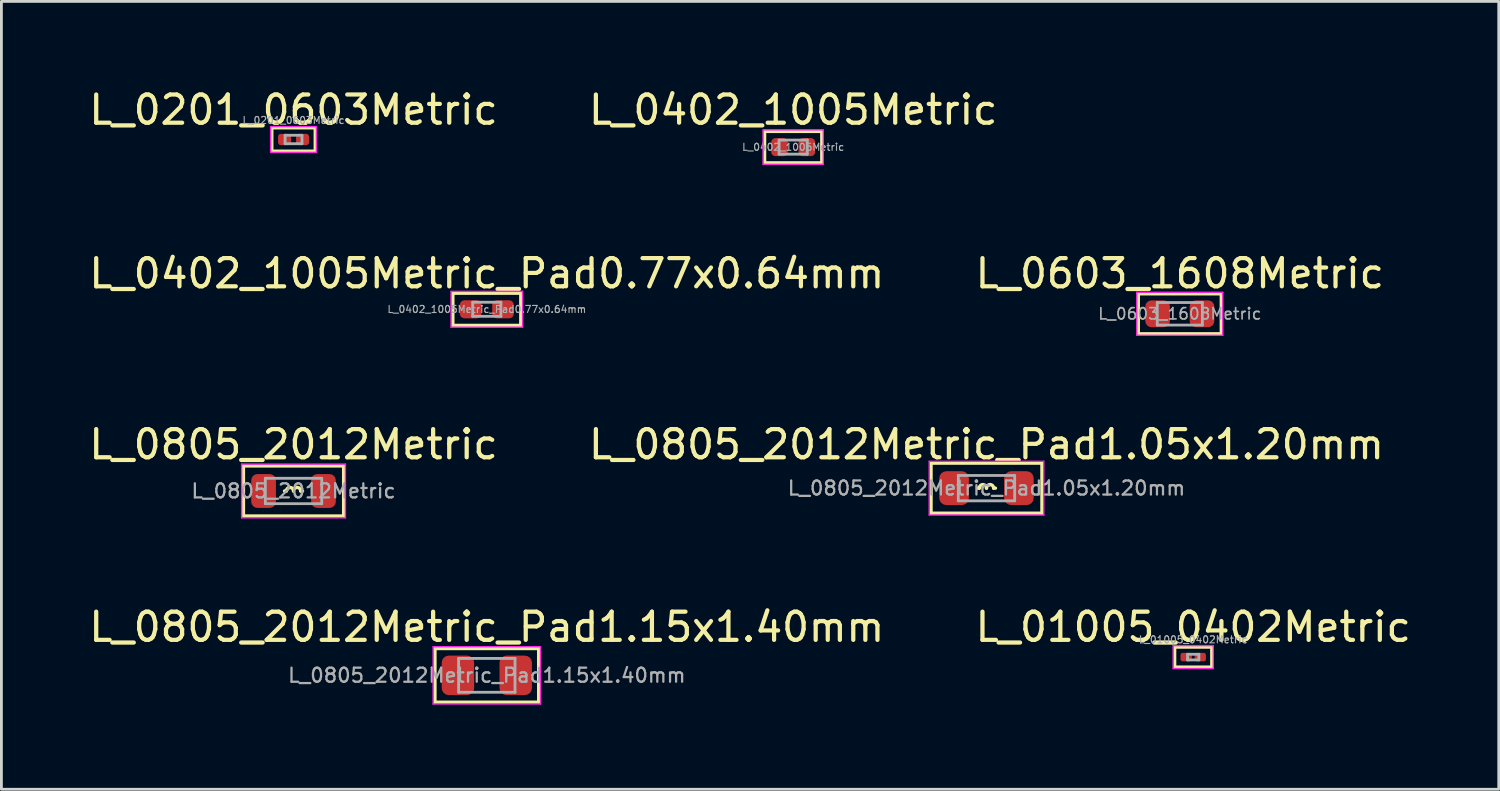
<source format=kicad_pcb>
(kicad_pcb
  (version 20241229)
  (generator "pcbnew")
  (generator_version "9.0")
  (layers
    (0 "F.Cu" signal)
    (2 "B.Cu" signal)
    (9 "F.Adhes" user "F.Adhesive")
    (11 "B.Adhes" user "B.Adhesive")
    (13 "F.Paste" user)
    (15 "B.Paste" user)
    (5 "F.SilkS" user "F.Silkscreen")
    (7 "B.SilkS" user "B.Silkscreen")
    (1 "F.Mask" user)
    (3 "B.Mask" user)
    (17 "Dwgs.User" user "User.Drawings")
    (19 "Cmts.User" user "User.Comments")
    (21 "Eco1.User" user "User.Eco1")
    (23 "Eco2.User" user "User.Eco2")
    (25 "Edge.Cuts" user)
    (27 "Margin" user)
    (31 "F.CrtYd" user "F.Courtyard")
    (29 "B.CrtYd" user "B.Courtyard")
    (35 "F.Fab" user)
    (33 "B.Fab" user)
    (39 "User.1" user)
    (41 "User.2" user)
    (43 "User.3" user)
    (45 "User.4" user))
  (footprint "L_0402_1005Metric"
    (layer "F.Cu")
    (at 25.089 2.169)
    (property "Reference" "L_0402_1005Metric" (at 0 -1.321 0) (layer "F.SilkS") (effects (font (size 1 1) (thickness 0.15))))
    (attr smd)
    (fp_line (start -1.016 -0.559) (end 1.016 -0.559) (stroke (width 0.12) (type solid)) (layer "F.SilkS"))
    (fp_line (start -1.016 0.559) (end -1.016 -0.559) (stroke (width 0.12) (type solid)) (layer "F.SilkS"))
    (fp_line (start 1.016 -0.559) (end 1.016 0.559) (stroke (width 0.12) (type solid)) (layer "F.SilkS"))
    (fp_line (start 1.016 0.559) (end -1.016 0.559) (stroke (width 0.12) (type solid)) (layer "F.SilkS"))
    (fp_line (start -1.067 -0.61) (end 1.067 -0.61) (stroke (width 0.05) (type solid)) (layer "F.CrtYd"))
    (fp_line (start -1.067 0.61) (end -1.067 -0.61) (stroke (width 0.05) (type solid)) (layer "F.CrtYd"))
    (fp_line (start 1.067 -0.61) (end 1.067 0.61) (stroke (width 0.05) (type solid)) (layer "F.CrtYd"))
    (fp_line (start 1.067 0.61) (end -1.067 0.61) (stroke (width 0.05) (type solid)) (layer "F.CrtYd"))
    (fp_line (start -0.5 -0.25) (end 0.5 -0.25) (stroke (width 0.1) (type solid)) (layer "F.Fab"))
    (fp_line (start -0.5 0.25) (end -0.5 -0.25) (stroke (width 0.1) (type solid)) (layer "F.Fab"))
    (fp_line (start 0.5 -0.25) (end 0.5 0.25) (stroke (width 0.1) (type solid)) (layer "F.Fab"))
    (fp_line (start 0.5 0.25) (end -0.5 0.25) (stroke (width 0.1) (type solid)) (layer "F.Fab"))
    (fp_text user "${REFERENCE}" (at 0 0 0) (layer "F.Fab") (effects (font (size 0.25 0.25) (thickness 0.04))))
    (pad "1" smd roundrect (at -0.485 0) (size 0.59 0.64) (layers "F.Cu" "F.Mask" "F.Paste") (roundrect_rratio 0.25))
    (pad "2" smd roundrect (at 0.485 0) (size 0.59 0.64) (layers "F.Cu" "F.Mask" "F.Paste") (roundrect_rratio 0.25)))
  (footprint "L_0805_2012Metric_Pad1.05x1.20mm"
    (layer "F.Cu")
    (at 31.946 14.267)
    (property "Reference" "L_0805_2012Metric_Pad1.05x1.20mm" (at 0 -1.55 0) (layer "F.SilkS") (effects (font (size 1 1) (thickness 0.15))))
    (attr smd)
    (fp_line (start -1.968 -0.889) (end 1.968 -0.889) (stroke (width 0.12) (type solid)) (layer "F.SilkS"))
    (fp_line (start -1.968 0.889) (end -1.968 -0.889) (stroke (width 0.12) (type solid)) (layer "F.SilkS"))
    (fp_line (start -0.254 0) (end -0.318 0) (stroke (width 0.12) (type solid)) (layer "F.SilkS"))
    (fp_line (start 0.254 0) (end 0.318 0) (stroke (width 0.12) (type solid)) (layer "F.SilkS"))
    (fp_line (start 1.968 -0.889) (end 1.968 0.889) (stroke (width 0.12) (type solid)) (layer "F.SilkS"))
    (fp_line (start 1.968 0.889) (end -1.968 0.889) (stroke (width 0.12) (type solid)) (layer "F.SilkS"))
    (fp_arc (start -0.254 0) (mid -0.127 -0.127) (end 0 0) (stroke (width 0.12) (type solid)) (layer "F.SilkS"))
    (fp_arc (start 0 0) (mid 0.127 -0.127) (end 0.254 0) (stroke (width 0.12) (type solid)) (layer "F.SilkS"))
    (fp_line (start -2.032 -0.953) (end 2.032 -0.953) (stroke (width 0.05) (type solid)) (layer "F.CrtYd"))
    (fp_line (start -2.032 0.953) (end -2.032 -0.953) (stroke (width 0.05) (type solid)) (layer "F.CrtYd"))
    (fp_line (start 2.032 -0.953) (end 2.032 0.953) (stroke (width 0.05) (type solid)) (layer "F.CrtYd"))
    (fp_line (start 2.032 0.953) (end -2.032 0.953) (stroke (width 0.05) (type solid)) (layer "F.CrtYd"))
    (fp_line (start -1 -0.45) (end 1 -0.45) (stroke (width 0.1) (type solid)) (layer "F.Fab"))
    (fp_line (start -1 0.45) (end -1 -0.45) (stroke (width 0.1) (type solid)) (layer "F.Fab"))
    (fp_line (start 1 -0.45) (end 1 0.45) (stroke (width 0.1) (type solid)) (layer "F.Fab"))
    (fp_line (start 1 0.45) (end -1 0.45) (stroke (width 0.1) (type solid)) (layer "F.Fab"))
    (fp_text user "${REFERENCE}" (at 0 0 0) (layer "F.Fab") (effects (font (size 0.5 0.5) (thickness 0.08))))
    (pad "1" smd roundrect (at -1.15 0) (size 1.05 1.2) (layers "F.Cu" "F.Mask" "F.Paste") (roundrect_rratio 0.238))
    (pad "2" smd roundrect (at 1.15 0) (size 1.05 1.2) (layers "F.Cu" "F.Mask" "F.Paste") (roundrect_rratio 0.238)))
  (footprint "L_0603_1608Metric"
    (layer "F.Cu")
    (at 38.804 8.082)
    (property "Reference" "L_0603_1608Metric" (at 0 -1.43 0) (layer "F.SilkS") (effects (font (size 1 1) (thickness 0.15))))
    (attr smd)
    (fp_line (start -1.473 -0.711) (end 1.473 -0.711) (stroke (width 0.12) (type solid)) (layer "F.SilkS"))
    (fp_line (start -1.473 0.711) (end -1.473 -0.711) (stroke (width 0.12) (type solid)) (layer "F.SilkS"))
    (fp_line (start 1.473 -0.711) (end 1.473 0.711) (stroke (width 0.12) (type solid)) (layer "F.SilkS"))
    (fp_line (start 1.473 0.711) (end -1.473 0.711) (stroke (width 0.12) (type solid)) (layer "F.SilkS"))
    (fp_line (start -1.524 -0.762) (end 1.524 -0.762) (stroke (width 0.05) (type solid)) (layer "F.CrtYd"))
    (fp_line (start -1.524 0.762) (end -1.524 -0.762) (stroke (width 0.05) (type solid)) (layer "F.CrtYd"))
    (fp_line (start 1.524 -0.762) (end 1.524 0.762) (stroke (width 0.05) (type solid)) (layer "F.CrtYd"))
    (fp_line (start 1.524 0.762) (end -1.524 0.762) (stroke (width 0.05) (type solid)) (layer "F.CrtYd"))
    (fp_line (start -0.8 -0.4) (end 0.8 -0.4) (stroke (width 0.1) (type solid)) (layer "F.Fab"))
    (fp_line (start -0.8 0.4) (end -0.8 -0.4) (stroke (width 0.1) (type solid)) (layer "F.Fab"))
    (fp_line (start 0.8 -0.4) (end 0.8 0.4) (stroke (width 0.1) (type solid)) (layer "F.Fab"))
    (fp_line (start 0.8 0.4) (end -0.8 0.4) (stroke (width 0.1) (type solid)) (layer "F.Fab"))
    (fp_text user "${REFERENCE}" (at 0 0 0) (layer "F.Fab") (effects (font (size 0.4 0.4) (thickness 0.06))))
    (pad "1" smd roundrect (at -0.787 0) (size 0.875 0.95) (layers "F.Cu" "F.Mask" "F.Paste") (roundrect_rratio 0.25))
    (pad "2" smd roundrect (at 0.787 0) (size 0.875 0.95) (layers "F.Cu" "F.Mask" "F.Paste") (roundrect_rratio 0.25)))
  (footprint "L_0805_2012Metric_Pad1.15x1.40mm"
    (layer "F.Cu")
    (at 14.22 20.908)
    (property "Reference" "L_0805_2012Metric_Pad1.15x1.40mm" (at 0 -1.714 0) (layer "F.SilkS") (effects (font (size 1 1) (thickness 0.15))))
    (attr smd)
    (fp_line (start -1.841 -0.953) (end 1.841 -0.953) (stroke (width 0.12) (type solid)) (layer "F.SilkS"))
    (fp_line (start -1.841 0.953) (end -1.841 -0.953) (stroke (width 0.12) (type solid)) (layer "F.SilkS"))
    (fp_line (start 1.841 -0.953) (end 1.841 0.953) (stroke (width 0.12) (type solid)) (layer "F.SilkS"))
    (fp_line (start 1.841 0.953) (end -1.841 0.953) (stroke (width 0.12) (type solid)) (layer "F.SilkS"))
    (fp_line (start -1.905 -1.016) (end 1.905 -1.016) (stroke (width 0.05) (type solid)) (layer "F.CrtYd"))
    (fp_line (start -1.905 1.016) (end -1.905 -1.016) (stroke (width 0.05) (type solid)) (layer "F.CrtYd"))
    (fp_line (start 1.905 -1.016) (end 1.905 1.016) (stroke (width 0.05) (type solid)) (layer "F.CrtYd"))
    (fp_line (start 1.905 1.016) (end -1.905 1.016) (stroke (width 0.05) (type solid)) (layer "F.CrtYd"))
    (fp_line (start -1 -0.6) (end 1 -0.6) (stroke (width 0.1) (type solid)) (layer "F.Fab"))
    (fp_line (start -1 0.6) (end -1 -0.6) (stroke (width 0.1) (type solid)) (layer "F.Fab"))
    (fp_line (start 1 -0.6) (end 1 0.6) (stroke (width 0.1) (type solid)) (layer "F.Fab"))
    (fp_line (start 1 0.6) (end -1 0.6) (stroke (width 0.1) (type solid)) (layer "F.Fab"))
    (fp_text user "${REFERENCE}" (at 0 0 0) (layer "F.Fab") (effects (font (size 0.5 0.5) (thickness 0.08))))
    (pad "1" smd roundrect (at -1.025 0) (size 1.15 1.4) (layers "F.Cu" "F.Mask" "F.Paste") (roundrect_rratio 0.217))
    (pad "2" smd roundrect (at 1.025 0) (size 1.15 1.4) (layers "F.Cu" "F.Mask" "F.Paste") (roundrect_rratio 0.217)))
  (footprint "L_01005_0402Metric"
    (layer "F.Cu")
    (at 39.28 20.261)
    (property "Reference" "L_01005_0402Metric" (at 0 -1.067 0) (layer "F.SilkS") (effects (font (size 1 1) (thickness 0.15))))
    (attr smd)
    (fp_line (start -0.66 -0.356) (end 0.66 -0.356) (stroke (width 0.12) (type solid)) (layer "F.SilkS"))
    (fp_line (start -0.66 0.356) (end -0.66 -0.356) (stroke (width 0.12) (type solid)) (layer "F.SilkS"))
    (fp_line (start 0.66 -0.356) (end 0.66 0.356) (stroke (width 0.12) (type solid)) (layer "F.SilkS"))
    (fp_line (start 0.66 0.356) (end -0.66 0.356) (stroke (width 0.12) (type solid)) (layer "F.SilkS"))
    (fp_line (start -0.711 -0.406) (end 0.711 -0.406) (stroke (width 0.05) (type solid)) (layer "F.CrtYd"))
    (fp_line (start -0.711 0.406) (end -0.711 -0.406) (stroke (width 0.05) (type solid)) (layer "F.CrtYd"))
    (fp_line (start 0.711 -0.406) (end 0.711 0.406) (stroke (width 0.05) (type solid)) (layer "F.CrtYd"))
    (fp_line (start 0.711 0.406) (end -0.711 0.406) (stroke (width 0.05) (type solid)) (layer "F.CrtYd"))
    (fp_line (start -0.2 -0.1) (end 0.2 -0.1) (stroke (width 0.1) (type solid)) (layer "F.Fab"))
    (fp_line (start -0.2 0.1) (end -0.2 -0.1) (stroke (width 0.1) (type solid)) (layer "F.Fab"))
    (fp_line (start 0.2 -0.1) (end 0.2 0.1) (stroke (width 0.1) (type solid)) (layer "F.Fab"))
    (fp_line (start 0.2 0.1) (end -0.2 0.1) (stroke (width 0.1) (type solid)) (layer "F.Fab"))
    (fp_text user "${REFERENCE}" (at 0 -0.62 0) (layer "F.Fab") (effects (font (size 0.25 0.25) (thickness 0.04))))
    (pad "" smd roundrect (at -0.275 0) (size 0.27 0.27) (layers "F.Paste") (roundrect_rratio 0.25))
    (pad "" smd roundrect (at 0.275 0) (size 0.27 0.27) (layers "F.Paste") (roundrect_rratio 0.25))
    (pad "1" smd roundrect (at -0.25 0) (size 0.4 0.3) (layers "F.Cu" "F.Mask") (roundrect_rratio 0.25))
    (pad "2" smd roundrect (at 0.25 0) (size 0.4 0.3) (layers "F.Cu" "F.Mask") (roundrect_rratio 0.25)))
  (footprint "L_0402_1005Metric_Pad0.77x0.64mm"
    (layer "F.Cu")
    (at 14.22 7.922)
    (property "Reference" "L_0402_1005Metric_Pad0.77x0.64mm" (at 0 -1.27 0) (layer "F.SilkS") (effects (font (size 1 1) (thickness 0.15))))
    (attr smd)
    (fp_line (start -1.206 -0.572) (end 1.206 -0.572) (stroke (width 0.12) (type solid)) (layer "F.SilkS"))
    (fp_line (start -1.206 0.572) (end -1.206 -0.572) (stroke (width 0.12) (type solid)) (layer "F.SilkS"))
    (fp_line (start 1.206 -0.572) (end 1.206 0.572) (stroke (width 0.12) (type solid)) (layer "F.SilkS"))
    (fp_line (start 1.206 0.572) (end -1.206 0.572) (stroke (width 0.12) (type solid)) (layer "F.SilkS"))
    (fp_line (start -1.27 -0.635) (end 1.27 -0.635) (stroke (width 0.05) (type solid)) (layer "F.CrtYd"))
    (fp_line (start -1.27 0.635) (end -1.27 -0.635) (stroke (width 0.05) (type solid)) (layer "F.CrtYd"))
    (fp_line (start 1.27 -0.635) (end 1.27 0.635) (stroke (width 0.05) (type solid)) (layer "F.CrtYd"))
    (fp_line (start 1.27 0.635) (end -1.27 0.635) (stroke (width 0.05) (type solid)) (layer "F.CrtYd"))
    (fp_line (start -0.5 -0.25) (end 0.5 -0.25) (stroke (width 0.1) (type solid)) (layer "F.Fab"))
    (fp_line (start -0.5 0.25) (end -0.5 -0.25) (stroke (width 0.1) (type solid)) (layer "F.Fab"))
    (fp_line (start 0.5 -0.25) (end 0.5 0.25) (stroke (width 0.1) (type solid)) (layer "F.Fab"))
    (fp_line (start 0.5 0.25) (end -0.5 0.25) (stroke (width 0.1) (type solid)) (layer "F.Fab"))
    (fp_text user "${REFERENCE}" (at 0 0 0) (layer "F.Fab") (effects (font (size 0.25 0.25) (thickness 0.04))))
    (pad "1" smd roundrect (at -0.573 0) (size 0.765 0.64) (layers "F.Cu" "F.Mask" "F.Paste") (roundrect_rratio 0.25))
    (pad "2" smd roundrect (at 0.573 0) (size 0.765 0.64) (layers "F.Cu" "F.Mask" "F.Paste") (roundrect_rratio 0.25)))
  (footprint "L_0805_2012Metric"
    (layer "F.Cu")
    (at 7.363 14.368)
    (property "Reference" "L_0805_2012Metric" (at 0 -1.651 0) (layer "F.SilkS") (effects (font (size 1 1) (thickness 0.15))))
    (attr smd)
    (fp_line (start -1.778 -0.889) (end 1.778 -0.889) (stroke (width 0.12) (type solid)) (layer "F.SilkS"))
    (fp_line (start -1.778 0.889) (end -1.778 -0.889) (stroke (width 0.12) (type solid)) (layer "F.SilkS"))
    (fp_line (start -0.254 0) (end -0.318 0) (stroke (width 0.12) (type solid)) (layer "F.SilkS"))
    (fp_line (start 0.254 0) (end 0.318 0) (stroke (width 0.12) (type solid)) (layer "F.SilkS"))
    (fp_line (start 1.778 -0.889) (end 1.778 0.889) (stroke (width 0.12) (type solid)) (layer "F.SilkS"))
    (fp_line (start 1.778 0.889) (end -1.778 0.889) (stroke (width 0.12) (type solid)) (layer "F.SilkS"))
    (fp_arc (start -0.254 0) (mid -0.127 -0.127) (end 0 0) (stroke (width 0.12) (type solid)) (layer "F.SilkS"))
    (fp_arc (start 0 0) (mid 0.127 -0.127) (end 0.254 0) (stroke (width 0.12) (type solid)) (layer "F.SilkS"))
    (fp_line (start -1.841 -0.953) (end 1.841 -0.953) (stroke (width 0.05) (type solid)) (layer "F.CrtYd"))
    (fp_line (start -1.841 0.953) (end -1.841 -0.953) (stroke (width 0.05) (type solid)) (layer "F.CrtYd"))
    (fp_line (start 1.841 -0.953) (end 1.841 0.953) (stroke (width 0.05) (type solid)) (layer "F.CrtYd"))
    (fp_line (start 1.841 0.953) (end -1.841 0.953) (stroke (width 0.05) (type solid)) (layer "F.CrtYd"))
    (fp_line (start -1 -0.45) (end 1 -0.45) (stroke (width 0.1) (type solid)) (layer "F.Fab"))
    (fp_line (start -1 0.45) (end -1 -0.45) (stroke (width 0.1) (type solid)) (layer "F.Fab"))
    (fp_line (start 1 -0.45) (end 1 0.45) (stroke (width 0.1) (type solid)) (layer "F.Fab"))
    (fp_line (start 1 0.45) (end -1 0.45) (stroke (width 0.1) (type solid)) (layer "F.Fab"))
    (fp_text user "${REFERENCE}" (at 0 0 0) (layer "F.Fab") (effects (font (size 0.5 0.5) (thickness 0.08))))
    (pad "1" smd roundrect (at -1.062 0) (size 0.875 1.2) (layers "F.Cu" "F.Mask" "F.Paste") (roundrect_rratio 0.25))
    (pad "2" smd roundrect (at 1.062 0) (size 0.875 1.2) (layers "F.Cu" "F.Mask" "F.Paste") (roundrect_rratio 0.25)))
  (footprint "L_0201_0603Metric"
    (layer "F.Cu")
    (at 7.363 1.898)
    (property "Reference" "L_0201_0603Metric" (at 0 -1.05 0) (layer "F.SilkS") (effects (font (size 1 1) (thickness 0.15))))
    (attr smd)
    (fp_line (start -0.762 -0.406) (end -0.762 0.406) (stroke (width 0.1) (type solid)) (layer "F.SilkS"))
    (fp_line (start -0.762 0.406) (end 0.762 0.406) (stroke (width 0.1) (type solid)) (layer "F.SilkS"))
    (fp_line (start 0.762 -0.406) (end -0.762 -0.406) (stroke (width 0.1) (type solid)) (layer "F.SilkS"))
    (fp_line (start 0.762 0.406) (end 0.762 -0.406) (stroke (width 0.1) (type solid)) (layer "F.SilkS"))
    (fp_line (start -0.813 -0.457) (end 0.813 -0.457) (stroke (width 0.05) (type solid)) (layer "F.CrtYd"))
    (fp_line (start -0.813 0.457) (end -0.813 -0.457) (stroke (width 0.05) (type solid)) (layer "F.CrtYd"))
    (fp_line (start 0.813 -0.457) (end 0.813 0.457) (stroke (width 0.05) (type solid)) (layer "F.CrtYd"))
    (fp_line (start 0.813 0.457) (end -0.813 0.457) (stroke (width 0.05) (type solid)) (layer "F.CrtYd"))
    (fp_line (start -0.3 -0.15) (end 0.3 -0.15) (stroke (width 0.1) (type solid)) (layer "F.Fab"))
    (fp_line (start -0.3 0.15) (end -0.3 -0.15) (stroke (width 0.1) (type solid)) (layer "F.Fab"))
    (fp_line (start 0.3 -0.15) (end 0.3 0.15) (stroke (width 0.1) (type solid)) (layer "F.Fab"))
    (fp_line (start 0.3 0.15) (end -0.3 0.15) (stroke (width 0.1) (type solid)) (layer "F.Fab"))
    (fp_text user "${REFERENCE}" (at 0 -0.68 0) (layer "F.Fab") (effects (font (size 0.25 0.25) (thickness 0.04))))
    (pad "" smd roundrect (at -0.345 0) (size 0.318 0.36) (layers "F.Paste") (roundrect_rratio 0.25))
    (pad "" smd roundrect (at 0.345 0) (size 0.318 0.36) (layers "F.Paste") (roundrect_rratio 0.25))
    (pad "1" smd roundrect (at -0.32 0) (size 0.46 0.4) (layers "F.Cu" "F.Mask") (roundrect_rratio 0.25))
    (pad "2" smd roundrect (at 0.32 0) (size 0.46 0.4) (layers "F.Cu" "F.Mask") (roundrect_rratio 0.25)))
  (gr_rect
    (start -3 -3)
    (end 50.119 24.949)
    (stroke (width 0.1) (type default))
    (fill no)
    (layer "Edge.Cuts")))
</source>
